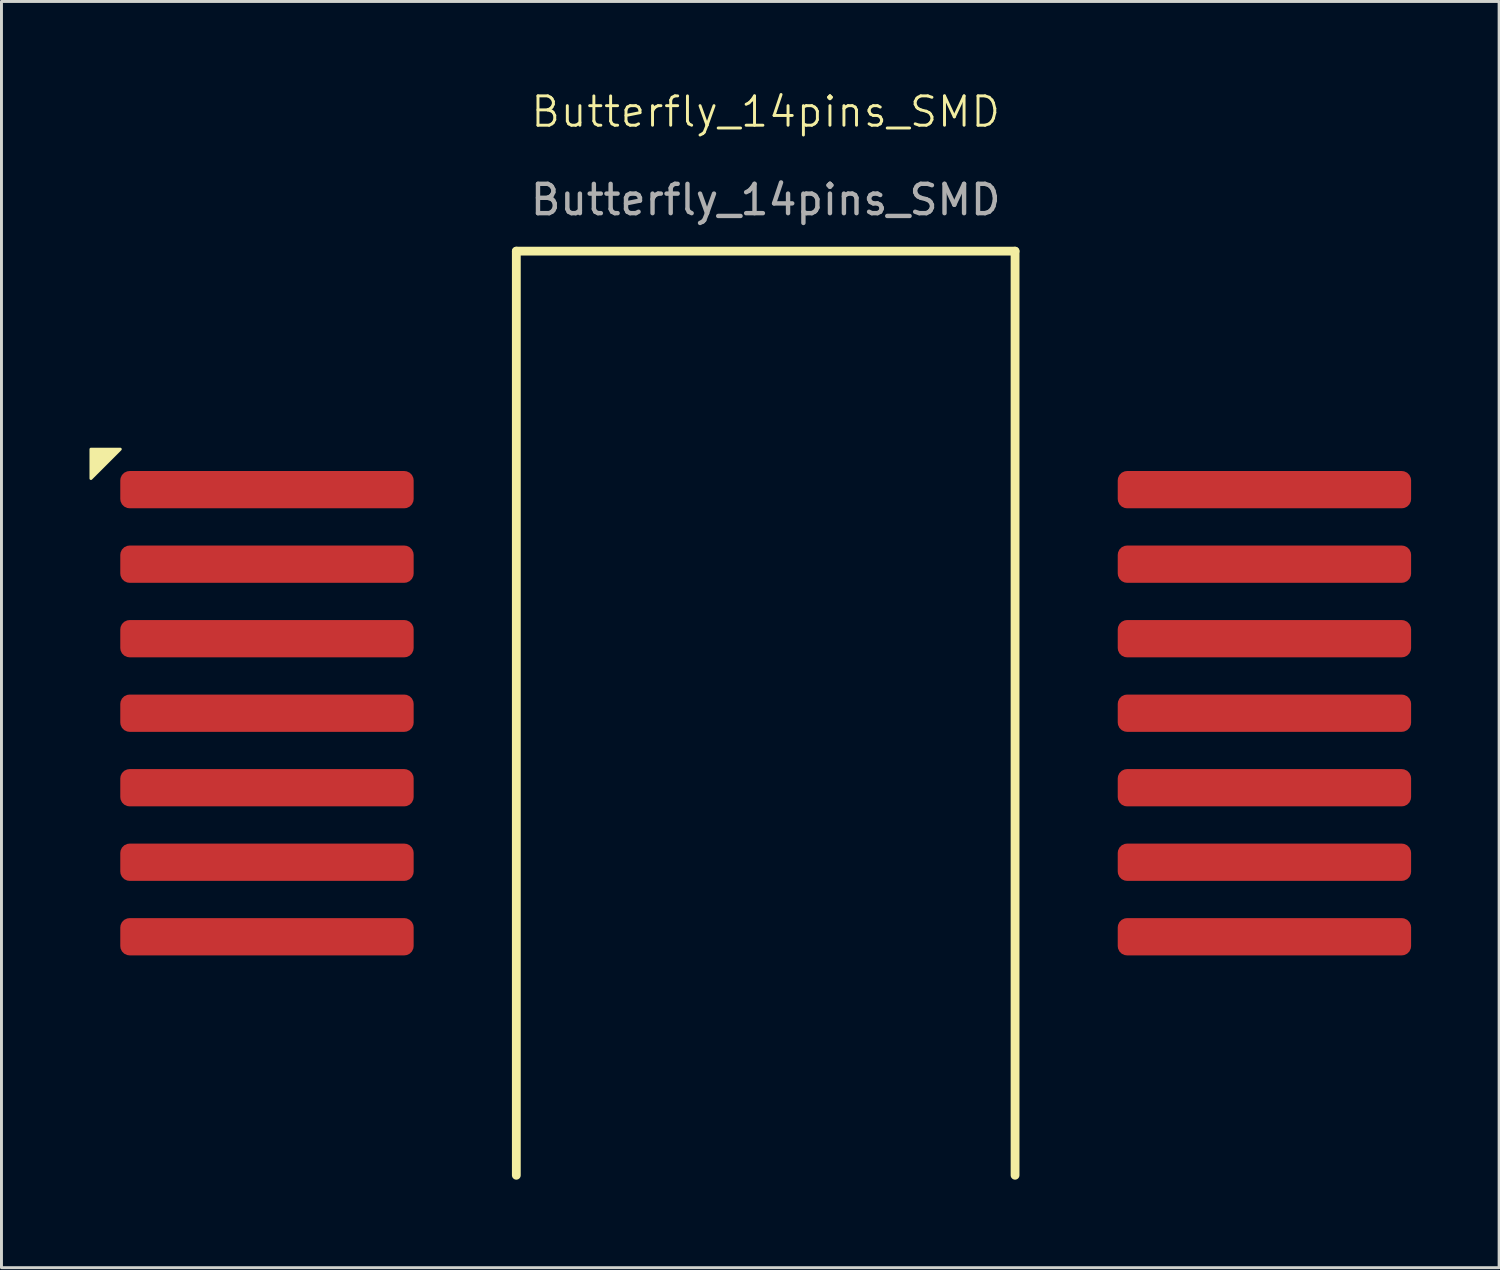
<source format=kicad_pcb>
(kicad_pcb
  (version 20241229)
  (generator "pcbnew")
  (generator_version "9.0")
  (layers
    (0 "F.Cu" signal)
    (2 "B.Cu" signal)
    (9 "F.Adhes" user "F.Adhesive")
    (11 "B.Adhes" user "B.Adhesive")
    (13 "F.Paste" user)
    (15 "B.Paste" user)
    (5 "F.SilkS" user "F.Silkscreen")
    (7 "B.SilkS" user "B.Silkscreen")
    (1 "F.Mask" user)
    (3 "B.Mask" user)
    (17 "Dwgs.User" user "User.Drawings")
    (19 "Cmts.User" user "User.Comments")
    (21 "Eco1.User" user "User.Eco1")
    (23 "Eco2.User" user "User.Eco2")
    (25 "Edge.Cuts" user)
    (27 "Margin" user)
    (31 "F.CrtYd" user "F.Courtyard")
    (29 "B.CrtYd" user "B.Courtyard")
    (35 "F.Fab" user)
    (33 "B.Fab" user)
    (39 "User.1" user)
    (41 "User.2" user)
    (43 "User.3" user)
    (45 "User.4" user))
  (footprint "Butterfly_14pins_SMD"
    (layer "F.Cu")
    (at 23.05 21.261)
    (property "Reference" "Butterfly_14pins_SMD" (at 0 -20.5 0) (unlocked yes) (layer "F.SilkS") (effects (font (size 1 1) (thickness 0.1))))
    (attr smd)
    (fp_line (start -8.5 -15.75) (end -8.5 15.75) (stroke (width 0.3) (type default)) (layer "F.SilkS"))
    (fp_line (start -8.5 -15.75) (end 8.5 -15.75) (stroke (width 0.3) (type default)) (layer "F.SilkS"))
    (fp_line (start 8.5 15.75) (end 8.5 -15.75) (stroke (width 0.3) (type default)) (layer "F.SilkS"))
    (fp_poly (pts (xy -22 -9) (xy -23 -8) (xy -23 -9)) (stroke (width 0.1) (type solid)) (fill yes) (layer "F.SilkS"))
    (fp_text user "${REFERENCE}" (at 0 -17.5 0) (unlocked yes) (layer "F.Fab") (effects (font (size 1 1) (thickness 0.15))))
    (pad "1" smd roundrect (at -17 -7.62) (size 10 1.27) (layers "F.Cu" "F.Mask" "F.Paste") (roundrect_rratio 0.25))
    (pad "2" smd roundrect (at -17 -5.08) (size 10 1.27) (layers "F.Cu" "F.Mask" "F.Paste") (roundrect_rratio 0.25))
    (pad "3" smd roundrect (at -17 -2.54) (size 10 1.27) (layers "F.Cu" "F.Mask" "F.Paste") (roundrect_rratio 0.25))
    (pad "4" smd roundrect (at -17 0) (size 10 1.27) (layers "F.Cu" "F.Mask" "F.Paste") (roundrect_rratio 0.25))
    (pad "5" smd roundrect (at -17 2.54) (size 10 1.27) (layers "F.Cu" "F.Mask" "F.Paste") (roundrect_rratio 0.25))
    (pad "6" smd roundrect (at -17 5.08) (size 10 1.27) (layers "F.Cu" "F.Mask" "F.Paste") (roundrect_rratio 0.25))
    (pad "7" smd roundrect (at -17 7.62) (size 10 1.27) (layers "F.Cu" "F.Mask" "F.Paste") (roundrect_rratio 0.25))
    (pad "8" smd roundrect (at 17 7.62) (size 10 1.27) (layers "F.Cu" "F.Mask" "F.Paste") (roundrect_rratio 0.25))
    (pad "9" smd roundrect (at 17 5.08) (size 10 1.27) (layers "F.Cu" "F.Mask" "F.Paste") (roundrect_rratio 0.25))
    (pad "10" smd roundrect (at 17 2.54) (size 10 1.27) (layers "F.Cu" "F.Mask" "F.Paste") (roundrect_rratio 0.25))
    (pad "11" smd roundrect (at 17 0) (size 10 1.27) (layers "F.Cu" "F.Mask" "F.Paste") (roundrect_rratio 0.25))
    (pad "12" smd roundrect (at 17 -2.54) (size 10 1.27) (layers "F.Cu" "F.Mask" "F.Paste") (roundrect_rratio 0.25))
    (pad "13" smd roundrect (at 17 -5.08) (size 10 1.27) (layers "F.Cu" "F.Mask" "F.Paste") (roundrect_rratio 0.25))
    (pad "14" smd roundrect (at 17 -7.62) (size 10 1.27) (layers "F.Cu" "F.Mask" "F.Paste") (roundrect_rratio 0.25)))
  (gr_rect
    (start -3 -3)
    (end 48.05 40.16)
    (stroke (width 0.1) (type default))
    (fill no)
    (layer "Edge.Cuts")))
</source>
